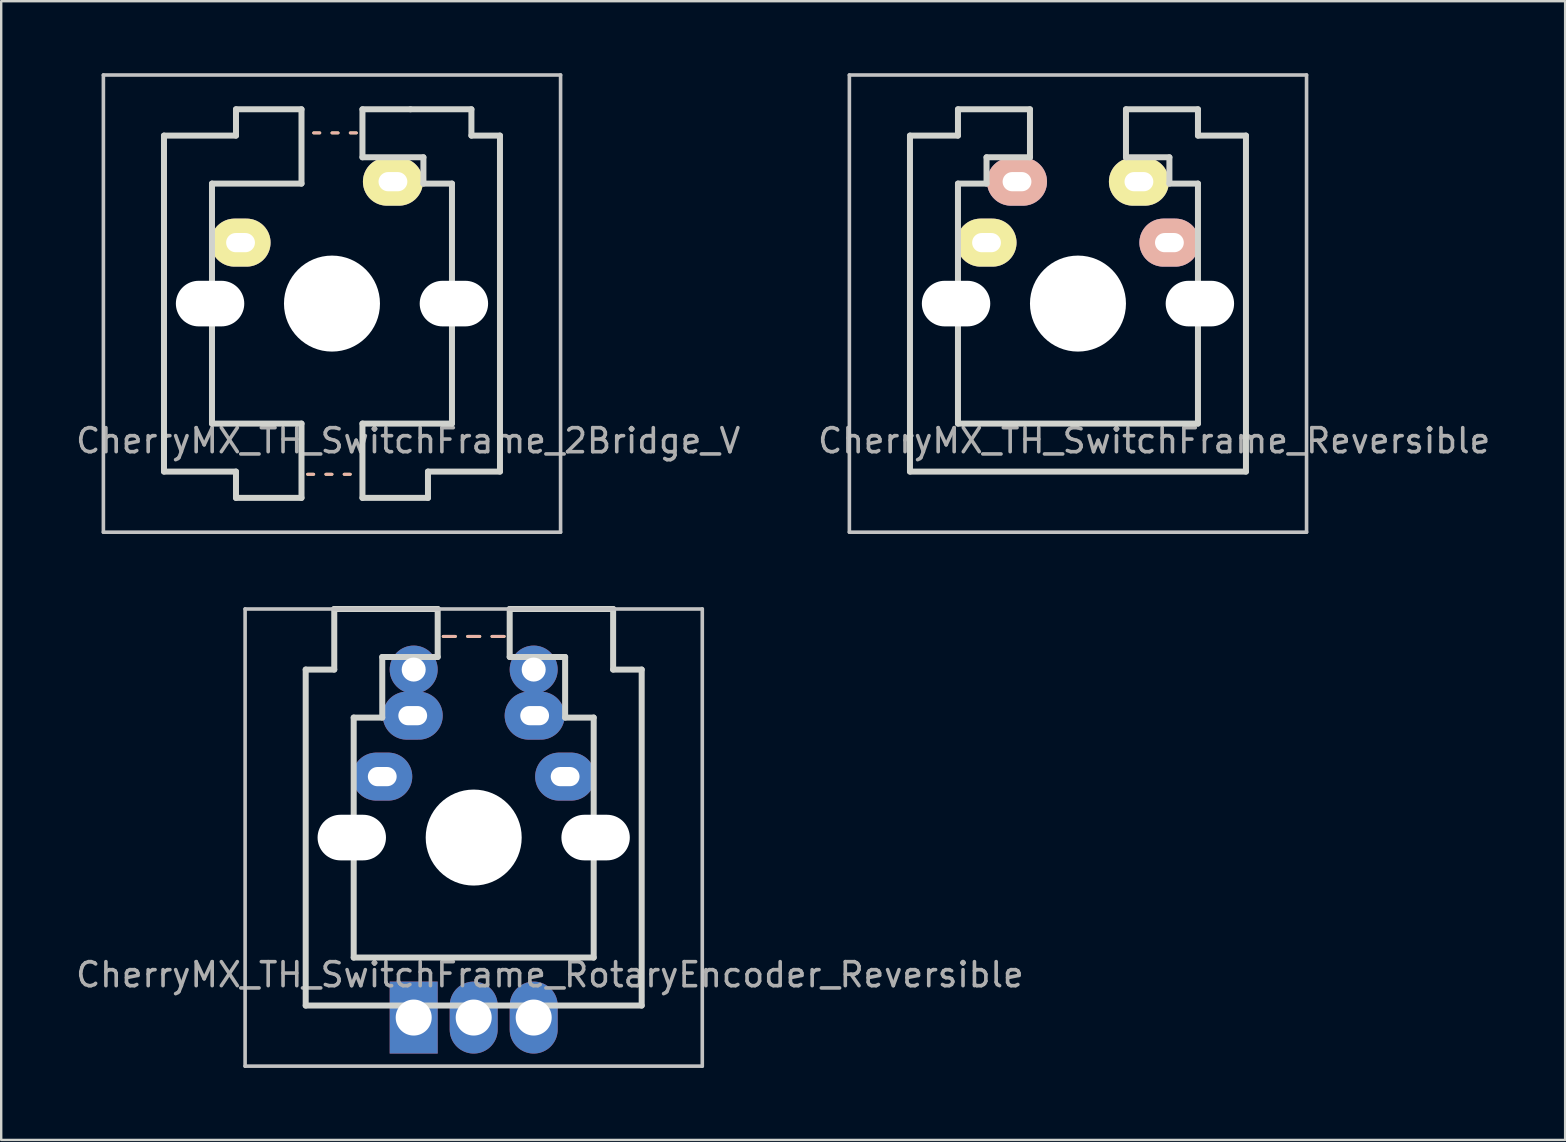
<source format=kicad_pcb>
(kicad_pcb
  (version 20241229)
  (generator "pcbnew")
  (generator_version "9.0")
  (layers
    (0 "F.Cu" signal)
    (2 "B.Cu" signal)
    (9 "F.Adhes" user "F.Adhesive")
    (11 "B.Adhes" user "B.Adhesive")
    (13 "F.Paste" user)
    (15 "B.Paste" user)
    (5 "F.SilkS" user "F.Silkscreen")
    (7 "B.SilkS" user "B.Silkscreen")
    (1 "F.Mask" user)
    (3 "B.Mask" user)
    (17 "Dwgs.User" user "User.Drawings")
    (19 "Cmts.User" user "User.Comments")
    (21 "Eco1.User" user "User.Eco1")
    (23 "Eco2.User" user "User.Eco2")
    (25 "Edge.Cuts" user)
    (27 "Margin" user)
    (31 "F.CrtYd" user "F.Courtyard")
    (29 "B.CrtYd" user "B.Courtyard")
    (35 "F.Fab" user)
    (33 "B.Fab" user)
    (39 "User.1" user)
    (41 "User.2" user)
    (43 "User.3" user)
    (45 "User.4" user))
  (footprint "CherryMX_TH_SwitchFrame_Reversible"
    (layer "F.Cu")
    (at 41.867 9.6)
    (property "Reference" "CherryMX_TH_SwitchFrame_Reversible" (at 3.175 5.715 0) (layer "F.Fab") (effects (font (size 1 1) (thickness 0.15))))
    (attr through_hole)
    (fp_line (start -9.525 -9.525) (end 9.525 -9.525) (stroke (width 0.15) (type solid)) (layer "Dwgs.User"))
    (fp_line (start -9.525 9.525) (end -9.525 -9.525) (stroke (width 0.15) (type solid)) (layer "Dwgs.User"))
    (fp_line (start 9.525 -9.525) (end 9.525 9.525) (stroke (width 0.15) (type solid)) (layer "Dwgs.User"))
    (fp_line (start 9.525 9.525) (end -9.525 9.525) (stroke (width 0.15) (type solid)) (layer "Dwgs.User"))
    (fp_line (start -7 -7) (end -7 7) (stroke (width 0.25) (type solid)) (layer "Edge.Cuts"))
    (fp_line (start -7 7) (end 7 7) (stroke (width 0.25) (type solid)) (layer "Edge.Cuts"))
    (fp_line (start -5 -8.096) (end -2 -8.096) (stroke (width 0.25) (type solid)) (layer "Edge.Cuts"))
    (fp_line (start -5 -7) (end -7 -7) (stroke (width 0.25) (type solid)) (layer "Edge.Cuts"))
    (fp_line (start -5 -7) (end -5 -8.096) (stroke (width 0.25) (type solid)) (layer "Edge.Cuts"))
    (fp_line (start -5 -5) (end -5 5) (stroke (width 0.25) (type solid)) (layer "Edge.Cuts"))
    (fp_line (start -5 5) (end 5 5) (stroke (width 0.25) (type solid)) (layer "Edge.Cuts"))
    (fp_line (start -3.81 -6.096) (end -3.81 -5) (stroke (width 0.25) (type solid)) (layer "Edge.Cuts"))
    (fp_line (start -3.81 -6.096) (end -2 -6.096) (stroke (width 0.25) (type solid)) (layer "Edge.Cuts"))
    (fp_line (start -3.81 -5) (end -5 -5) (stroke (width 0.25) (type solid)) (layer "Edge.Cuts"))
    (fp_line (start -2 -8.096) (end -2 -6.096) (stroke (width 0.25) (type solid)) (layer "Edge.Cuts"))
    (fp_line (start 2 -8.096) (end 2 -6.096) (stroke (width 0.25) (type solid)) (layer "Edge.Cuts"))
    (fp_line (start 3.81 -6.096) (end 2 -6.096) (stroke (width 0.25) (type solid)) (layer "Edge.Cuts"))
    (fp_line (start 3.81 -6.096) (end 3.81 -5) (stroke (width 0.25) (type solid)) (layer "Edge.Cuts"))
    (fp_line (start 3.81 -5) (end 5 -5) (stroke (width 0.25) (type solid)) (layer "Edge.Cuts"))
    (fp_line (start 5 -8.096) (end 2 -8.096) (stroke (width 0.25) (type solid)) (layer "Edge.Cuts"))
    (fp_line (start 5 -7) (end 5 -8.096) (stroke (width 0.25) (type solid)) (layer "Edge.Cuts"))
    (fp_line (start 5 -7) (end 7 -7) (stroke (width 0.25) (type solid)) (layer "Edge.Cuts"))
    (fp_line (start 5 -5) (end 5 5) (stroke (width 0.25) (type solid)) (layer "Edge.Cuts"))
    (fp_line (start 7 -7) (end 7 7) (stroke (width 0.25) (type solid)) (layer "Edge.Cuts"))
    (pad "" np_thru_hole oval (at -5.08 0) (size 2.85 1.9) (drill oval 2.85 1.9) (layers "*.Cu" "*.Mask"))
    (pad "" np_thru_hole circle (at 0 0 90) (size 4 4) (drill 4) (layers "*.Cu" "*.Mask"))
    (pad "" np_thru_hole oval (at 5.08 0 180) (size 2.85 1.9) (drill oval 2.85 1.9) (layers "*.Cu" "*.Mask"))
    (pad "1" thru_hole oval (at -3.81 -2.54) (size 2.5 2) (drill oval 1.2 0.8) (layers "*.Cu" "B.Mask" "F.SilkS"))
    (pad "1" thru_hole oval (at 3.81 -2.54) (size 2.5 2) (drill oval 1.2 0.8) (layers "*.Cu" "F.Mask" "B.SilkS"))
    (pad "2" thru_hole oval (at -2.54 -5.08) (size 2.5 2) (drill oval 1.2 0.8) (layers "*.Cu" "F.Mask" "B.SilkS"))
    (pad "2" thru_hole oval (at 2.54 -5.08) (size 2.5 2) (drill oval 1.2 0.8) (layers "*.Cu" "B.Mask" "F.SilkS")))
  (footprint "CherryMX_TH_SwitchFrame_RotaryEncoder_Reversible"
    (layer "F.Cu")
    (at 16.688 31.85)
    (property "Reference" "CherryMX_TH_SwitchFrame_RotaryEncoder_Reversible" (at 3.175 5.715 0) (layer "F.Fab") (effects (font (size 1 1) (thickness 0.15))))
    (attr through_hole)
    (fp_line (start -0.762 -8.382) (end -1.27 -8.382) (stroke (width 0.12) (type solid)) (layer "F.SilkS"))
    (fp_line (start 0.254 -8.382) (end -0.254 -8.382) (stroke (width 0.12) (type solid)) (layer "F.SilkS"))
    (fp_line (start 1.27 -8.382) (end 0.762 -8.382) (stroke (width 0.12) (type solid)) (layer "F.SilkS"))
    (fp_line (start -1.27 -8.382) (end -0.762 -8.382) (stroke (width 0.12) (type solid)) (layer "B.SilkS"))
    (fp_line (start -0.254 -8.382) (end 0.254 -8.382) (stroke (width 0.12) (type solid)) (layer "B.SilkS"))
    (fp_line (start 0.762 -8.382) (end 1.27 -8.382) (stroke (width 0.12) (type solid)) (layer "B.SilkS"))
    (fp_line (start -9.525 -9.525) (end 9.525 -9.525) (stroke (width 0.15) (type solid)) (layer "Dwgs.User"))
    (fp_line (start -9.525 9.525) (end -9.525 -9.525) (stroke (width 0.15) (type solid)) (layer "Dwgs.User"))
    (fp_line (start 9.525 -9.525) (end 9.525 9.525) (stroke (width 0.15) (type solid)) (layer "Dwgs.User"))
    (fp_line (start 9.525 9.525) (end -9.525 9.525) (stroke (width 0.15) (type solid)) (layer "Dwgs.User"))
    (fp_line (start -7 -7) (end -7 7) (stroke (width 0.25) (type solid)) (layer "Edge.Cuts"))
    (fp_line (start -7 7) (end 7 7) (stroke (width 0.25) (type solid)) (layer "Edge.Cuts"))
    (fp_line (start -5.81 -9.525) (end -1.5 -9.525) (stroke (width 0.25) (type solid)) (layer "Edge.Cuts"))
    (fp_line (start -5.81 -7) (end -7 -7) (stroke (width 0.25) (type solid)) (layer "Edge.Cuts"))
    (fp_line (start -5.81 -7) (end -5.81 -9.525) (stroke (width 0.25) (type solid)) (layer "Edge.Cuts"))
    (fp_line (start -5 -5) (end -5 5) (stroke (width 0.25) (type solid)) (layer "Edge.Cuts"))
    (fp_line (start -5 5) (end 5 5) (stroke (width 0.25) (type solid)) (layer "Edge.Cuts"))
    (fp_line (start -3.81 -7.525) (end -3.81 -5) (stroke (width 0.25) (type solid)) (layer "Edge.Cuts"))
    (fp_line (start -3.81 -7.525) (end -1.5 -7.525) (stroke (width 0.25) (type solid)) (layer "Edge.Cuts"))
    (fp_line (start -3.81 -5) (end -5 -5) (stroke (width 0.25) (type solid)) (layer "Edge.Cuts"))
    (fp_line (start -1.5 -9.525) (end -1.5 -7.525) (stroke (width 0.25) (type solid)) (layer "Edge.Cuts"))
    (fp_line (start 1.5 -9.525) (end 1.5 -7.525) (stroke (width 0.25) (type solid)) (layer "Edge.Cuts"))
    (fp_line (start 3.81 -7.525) (end 1.5 -7.525) (stroke (width 0.25) (type solid)) (layer "Edge.Cuts"))
    (fp_line (start 3.81 -7.525) (end 3.81 -5) (stroke (width 0.25) (type solid)) (layer "Edge.Cuts"))
    (fp_line (start 3.81 -5) (end 5 -5) (stroke (width 0.25) (type solid)) (layer "Edge.Cuts"))
    (fp_line (start 5 -5) (end 5 5) (stroke (width 0.25) (type solid)) (layer "Edge.Cuts"))
    (fp_line (start 5.81 -9.525) (end 1.5 -9.525) (stroke (width 0.25) (type solid)) (layer "Edge.Cuts"))
    (fp_line (start 5.81 -7) (end 5.81 -9.525) (stroke (width 0.25) (type solid)) (layer "Edge.Cuts"))
    (fp_line (start 5.81 -7) (end 7 -7) (stroke (width 0.25) (type solid)) (layer "Edge.Cuts"))
    (fp_line (start 7 -7) (end 7 7) (stroke (width 0.25) (type solid)) (layer "Edge.Cuts"))
    (pad "" np_thru_hole oval (at -5.08 0) (size 2.85 1.9) (drill oval 2.85 1.9) (layers "*.Cu" "*.Mask"))
    (pad "" np_thru_hole circle (at 0 0 90) (size 4 4) (drill 4) (layers "*.Cu" "*.Mask"))
    (pad "" np_thru_hole oval (at 5.08 0 180) (size 2.85 1.9) (drill oval 2.85 1.9) (layers "*.Cu" "*.Mask"))
    (pad "A" thru_hole rect (at -2.5 7.5 90) (size 3 2) (drill 1.5) (layers "*.Cu" "*.Mask"))
    (pad "B" thru_hole oval (at 2.5 7.5 90) (size 3 2) (drill 1.5) (layers "*.Cu" "*.Mask"))
    (pad "C" thru_hole oval (at 0 7.5 90) (size 3 2) (drill 1.5) (layers "*.Cu" "*.Mask"))
    (pad "S1" thru_hole circle (at 2.5 -7 90) (size 2 2) (drill 1) (layers "*.Cu" "*.Mask"))
    (pad "S1" thru_hole oval (at 2.54 -5.08) (size 2.5 2) (drill oval 1.2 0.8) (layers "*.Cu" "B.Mask"))
    (pad "S1" thru_hole oval (at 3.81 -2.54) (size 2.5 2) (drill oval 1.2 0.8) (layers "*.Cu" "F.Mask"))
    (pad "S2" thru_hole oval (at -3.81 -2.54) (size 2.5 2) (drill oval 1.2 0.8) (layers "*.Cu" "B.Mask"))
    (pad "S2" thru_hole oval (at -2.54 -5.08) (size 2.5 2) (drill oval 1.2 0.8) (layers "*.Cu" "F.Mask"))
    (pad "S2" thru_hole circle (at -2.5 -7 90) (size 2 2) (drill 1) (layers "*.Cu" "*.Mask")))
  (footprint "CherryMX_TH_SwitchFrame_2Bridge_V"
    (layer "F.Cu")
    (at 10.783 9.6)
    (property "Reference" "CherryMX_TH_SwitchFrame_2Bridge_V" (at 3.175 5.715 0) (layer "F.Fab") (effects (font (size 1 1) (thickness 0.15))))
    (attr through_hole)
    (fp_line (start -0.762 -7.112) (end -0.508 -7.112) (stroke (width 0.12) (type solid)) (layer "F.SilkS"))
    (fp_line (start -0.762 7.112) (end -1.016 7.112) (stroke (width 0.12) (type solid)) (layer "F.SilkS"))
    (fp_line (start 0 -7.112) (end 0.254 -7.112) (stroke (width 0.12) (type solid)) (layer "F.SilkS"))
    (fp_line (start 0 7.112) (end -0.254 7.112) (stroke (width 0.12) (type solid)) (layer "F.SilkS"))
    (fp_line (start 0.762 -7.112) (end 1.016 -7.112) (stroke (width 0.12) (type solid)) (layer "F.SilkS"))
    (fp_line (start 0.762 7.112) (end 0.508 7.112) (stroke (width 0.12) (type solid)) (layer "F.SilkS"))
    (fp_line (start -0.762 -7.112) (end -0.508 -7.112) (stroke (width 0.12) (type solid)) (layer "B.SilkS"))
    (fp_line (start -0.762 7.112) (end -1.016 7.112) (stroke (width 0.12) (type solid)) (layer "B.SilkS"))
    (fp_line (start 0 -7.112) (end 0.254 -7.112) (stroke (width 0.12) (type solid)) (layer "B.SilkS"))
    (fp_line (start 0 7.112) (end -0.254 7.112) (stroke (width 0.12) (type solid)) (layer "B.SilkS"))
    (fp_line (start 0.762 -7.112) (end 1.016 -7.112) (stroke (width 0.12) (type solid)) (layer "B.SilkS"))
    (fp_line (start 0.762 7.112) (end 0.508 7.112) (stroke (width 0.12) (type solid)) (layer "B.SilkS"))
    (fp_line (start -9.525 -9.525) (end 9.525 -9.525) (stroke (width 0.15) (type solid)) (layer "Dwgs.User"))
    (fp_line (start -9.525 9.525) (end -9.525 -9.525) (stroke (width 0.15) (type solid)) (layer "Dwgs.User"))
    (fp_line (start 9.525 -9.525) (end 9.525 9.525) (stroke (width 0.15) (type solid)) (layer "Dwgs.User"))
    (fp_line (start 9.525 9.525) (end -9.525 9.525) (stroke (width 0.15) (type solid)) (layer "Dwgs.User"))
    (fp_line (start -7 -7) (end -7 7) (stroke (width 0.25) (type solid)) (layer "Edge.Cuts"))
    (fp_line (start -5 -5) (end -5 5) (stroke (width 0.25) (type solid)) (layer "Edge.Cuts"))
    (fp_line (start -4 -8.096) (end -1.27 -8.096) (stroke (width 0.25) (type solid)) (layer "Edge.Cuts"))
    (fp_line (start -4 -7) (end -7 -7) (stroke (width 0.25) (type solid)) (layer "Edge.Cuts"))
    (fp_line (start -4 -7) (end -4 -8.096) (stroke (width 0.25) (type solid)) (layer "Edge.Cuts"))
    (fp_line (start -4 7) (end -7 7) (stroke (width 0.25) (type solid)) (layer "Edge.Cuts"))
    (fp_line (start -4 7) (end -4 8.096) (stroke (width 0.25) (type solid)) (layer "Edge.Cuts"))
    (fp_line (start -4 8.096) (end -1.27 8.096) (stroke (width 0.25) (type solid)) (layer "Edge.Cuts"))
    (fp_line (start -1.27 -8.096) (end -1.27 -5) (stroke (width 0.25) (type solid)) (layer "Edge.Cuts"))
    (fp_line (start -1.27 -5) (end -5 -5) (stroke (width 0.25) (type solid)) (layer "Edge.Cuts"))
    (fp_line (start -1.27 5) (end -5 5) (stroke (width 0.25) (type solid)) (layer "Edge.Cuts"))
    (fp_line (start -1.27 8.096) (end -1.27 5) (stroke (width 0.25) (type solid)) (layer "Edge.Cuts"))
    (fp_line (start 1.27 -8.096) (end 1.27 -6.096) (stroke (width 0.25) (type solid)) (layer "Edge.Cuts"))
    (fp_line (start 1.27 5) (end 5 5) (stroke (width 0.25) (type solid)) (layer "Edge.Cuts"))
    (fp_line (start 1.27 8.096) (end 1.27 5) (stroke (width 0.25) (type solid)) (layer "Edge.Cuts"))
    (fp_line (start 3.27 -8.096) (end 1.27 -8.096) (stroke (width 0.25) (type solid)) (layer "Edge.Cuts"))
    (fp_line (start 3.81 -6.096) (end 1.27 -6.096) (stroke (width 0.25) (type solid)) (layer "Edge.Cuts"))
    (fp_line (start 3.81 -6.096) (end 3.81 -5) (stroke (width 0.25) (type solid)) (layer "Edge.Cuts"))
    (fp_line (start 4 7) (end 4 8.096) (stroke (width 0.25) (type solid)) (layer "Edge.Cuts"))
    (fp_line (start 4 7) (end 7 7) (stroke (width 0.25) (type solid)) (layer "Edge.Cuts"))
    (fp_line (start 4 8.096) (end 1.27 8.096) (stroke (width 0.25) (type solid)) (layer "Edge.Cuts"))
    (fp_line (start 5 -5) (end 3.81 -5) (stroke (width 0.25) (type solid)) (layer "Edge.Cuts"))
    (fp_line (start 5 5) (end 5 -5) (stroke (width 0.25) (type solid)) (layer "Edge.Cuts"))
    (fp_line (start 5.81 -8.096) (end 3.27 -8.096) (stroke (width 0.25) (type solid)) (layer "Edge.Cuts"))
    (fp_line (start 5.81 -7) (end 5.81 -8.096) (stroke (width 0.25) (type solid)) (layer "Edge.Cuts"))
    (fp_line (start 7 -7) (end 5.81 -7) (stroke (width 0.25) (type solid)) (layer "Edge.Cuts"))
    (fp_line (start 7 7) (end 7 -7) (stroke (width 0.25) (type solid)) (layer "Edge.Cuts"))
    (pad "" np_thru_hole oval (at -5.08 0) (size 2.85 1.9) (drill oval 2.85 1.9) (layers "*.Cu" "*.Mask"))
    (pad "" np_thru_hole circle (at 0 0 90) (size 4 4) (drill 4) (layers "*.Cu" "*.Mask"))
    (pad "" np_thru_hole oval (at 5.08 0 180) (size 2.85 1.9) (drill oval 2.85 1.9) (layers "*.Cu" "*.Mask"))
    (pad "1" thru_hole oval (at -3.81 -2.54) (size 2.5 2) (drill oval 1.2 0.8) (layers "*.Cu" "B.Mask" "F.SilkS"))
    (pad "2" thru_hole oval (at 2.54 -5.08) (size 2.5 2) (drill oval 1.2 0.8) (layers "*.Cu" "B.Mask" "F.SilkS")))
  (gr_rect
    (start -3 -3)
    (end 62.167 44.45)
    (stroke (width 0.1) (type default))
    (fill no)
    (layer "Edge.Cuts")))
</source>
